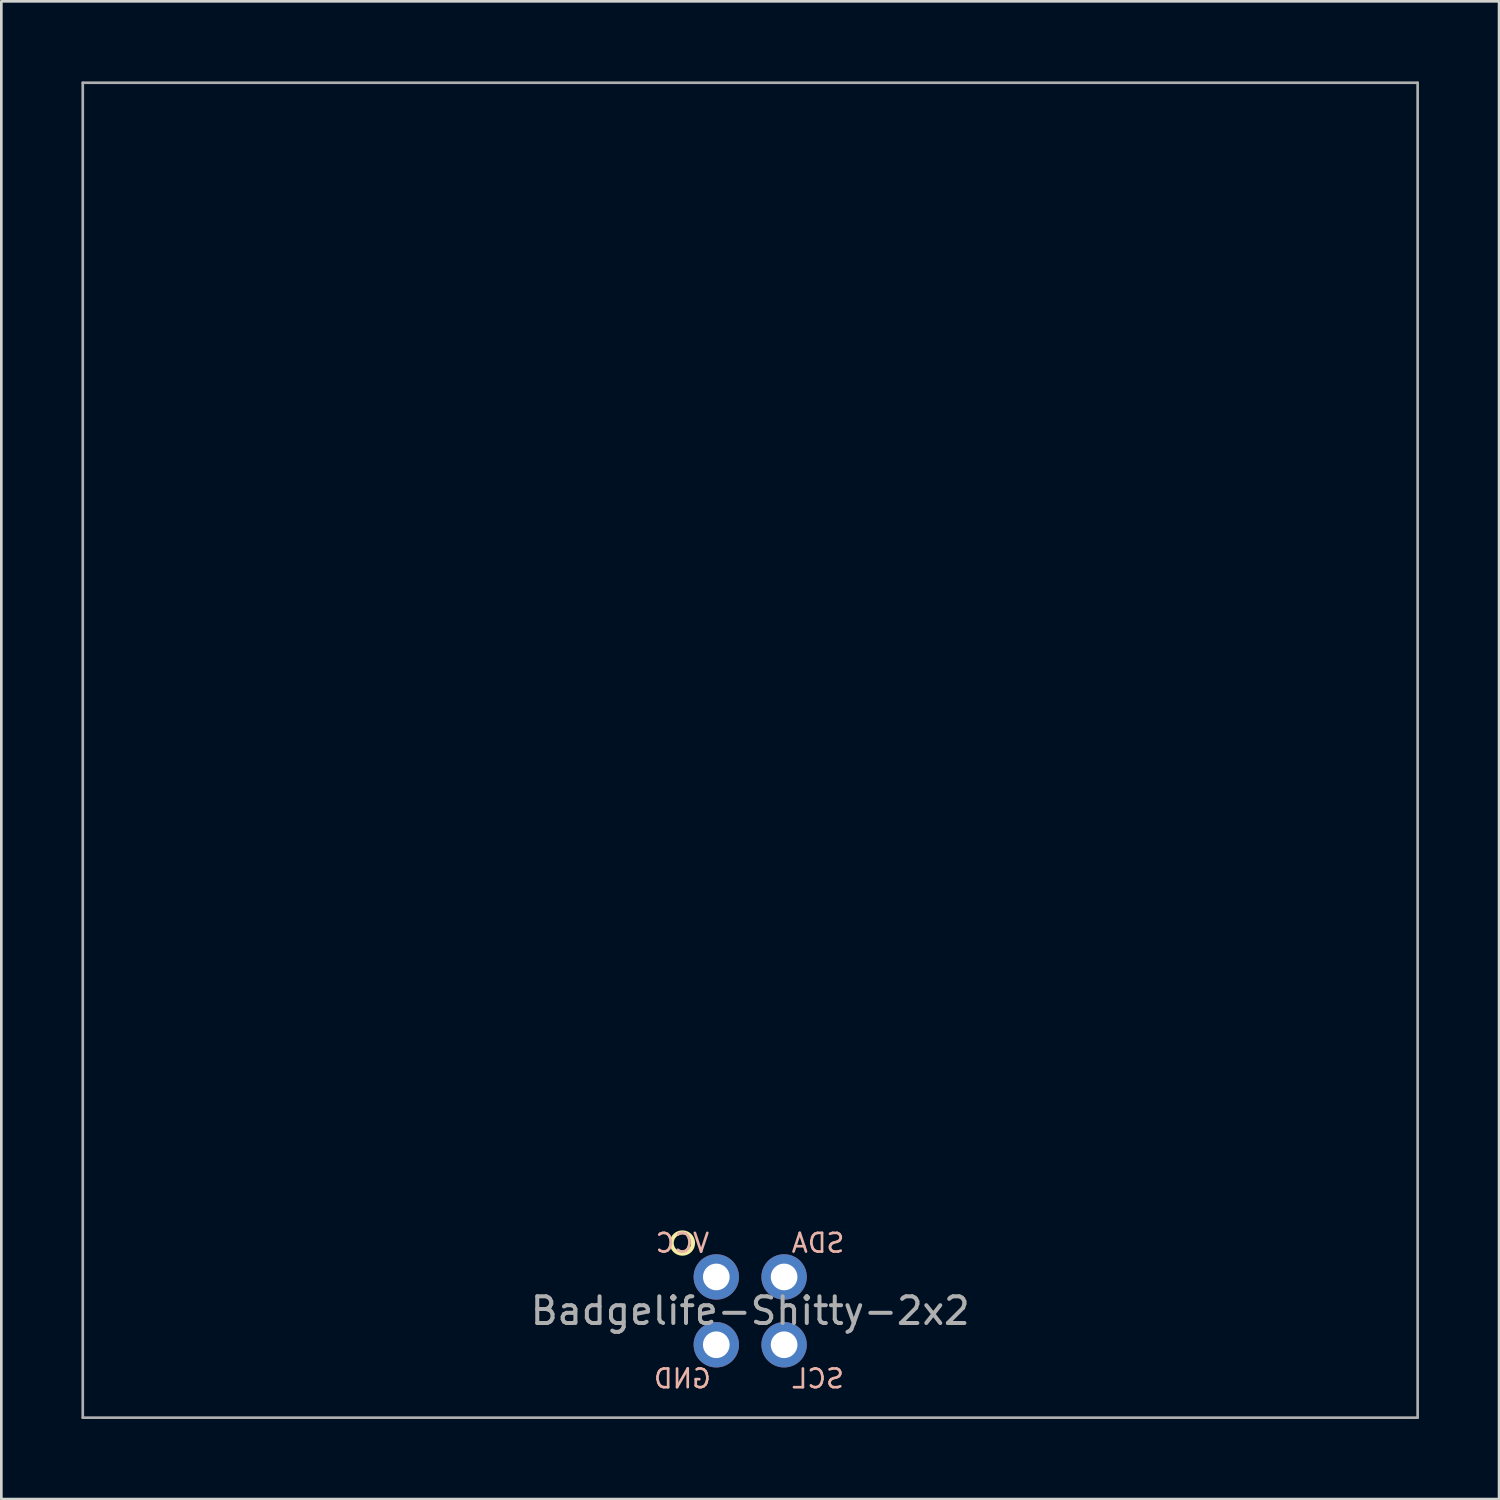
<source format=kicad_pcb>
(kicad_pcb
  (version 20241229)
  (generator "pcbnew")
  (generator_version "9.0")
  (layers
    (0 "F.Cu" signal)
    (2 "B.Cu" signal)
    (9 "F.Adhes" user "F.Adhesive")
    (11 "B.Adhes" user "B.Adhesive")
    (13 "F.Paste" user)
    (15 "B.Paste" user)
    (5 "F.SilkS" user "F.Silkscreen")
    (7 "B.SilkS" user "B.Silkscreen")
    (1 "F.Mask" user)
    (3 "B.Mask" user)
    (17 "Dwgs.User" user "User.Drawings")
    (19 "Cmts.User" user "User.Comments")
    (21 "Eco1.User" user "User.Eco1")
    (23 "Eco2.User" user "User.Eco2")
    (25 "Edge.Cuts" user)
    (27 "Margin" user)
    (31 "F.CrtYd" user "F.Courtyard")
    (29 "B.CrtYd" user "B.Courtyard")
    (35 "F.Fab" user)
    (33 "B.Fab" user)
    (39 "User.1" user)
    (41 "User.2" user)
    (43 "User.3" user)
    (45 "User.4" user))
  (footprint "Badgelife-Shitty-2x2"
    (layer "F.Cu")
    (at 25.05 41.05)
    (property "Reference" "Badgelife-Shitty-2x2" (at 0 5 0) (layer "F.Fab") (effects (font (size 1 1) (thickness 0.15))))
    (attr through_hole)
    (fp_circle (center -2.54 2.46) (end -2.14 2.46) (stroke (width 0.15) (type solid)) (fill no) (layer "F.SilkS"))
    (fp_line (start -25 -41) (end -25 9) (stroke (width 0.1) (type solid)) (layer "F.Fab"))
    (fp_line (start -25 -41) (end 25 -41) (stroke (width 0.1) (type solid)) (layer "F.Fab"))
    (fp_line (start -25 9) (end 25 9) (stroke (width 0.1) (type solid)) (layer "F.Fab"))
    (fp_line (start 25 -41) (end 25 9) (stroke (width 0.1) (type solid)) (layer "F.Fab"))
    (fp_text user "VCC" (at -2.54 2.46 0) (layer "B.SilkS") (effects (font (size 0.7 0.7) (thickness 0.1)) (justify mirror)))
    (fp_text user "GND" (at -2.54 7.54 0) (layer "B.SilkS") (effects (font (size 0.7 0.7) (thickness 0.1)) (justify mirror)))
    (fp_text user "SDA" (at 2.54 2.46 0) (layer "B.SilkS") (effects (font (size 0.7 0.7) (thickness 0.1)) (justify mirror)))
    (fp_text user "SCL" (at 2.54 7.54 0) (layer "B.SilkS") (effects (font (size 0.7 0.7) (thickness 0.1)) (justify mirror)))
    (pad "1" thru_hole oval (at -1.27 3.73) (size 1.7 1.7) (drill 1) (layers "*.Cu" "*.Mask"))
    (pad "2" thru_hole oval (at -1.27 6.27) (size 1.7 1.7) (drill 1) (layers "*.Cu" "*.Mask"))
    (pad "3" thru_hole oval (at 1.27 6.27) (size 1.7 1.7) (drill 1) (layers "*.Cu" "*.Mask"))
    (pad "4" thru_hole circle (at 1.27 3.73) (size 1.7 1.7) (drill 1) (layers "*.Cu" "*.Mask")))
  (gr_rect
    (start -3 -3)
    (end 53.1 53.1)
    (stroke (width 0.1) (type default))
    (fill no)
    (layer "Edge.Cuts")))
</source>
